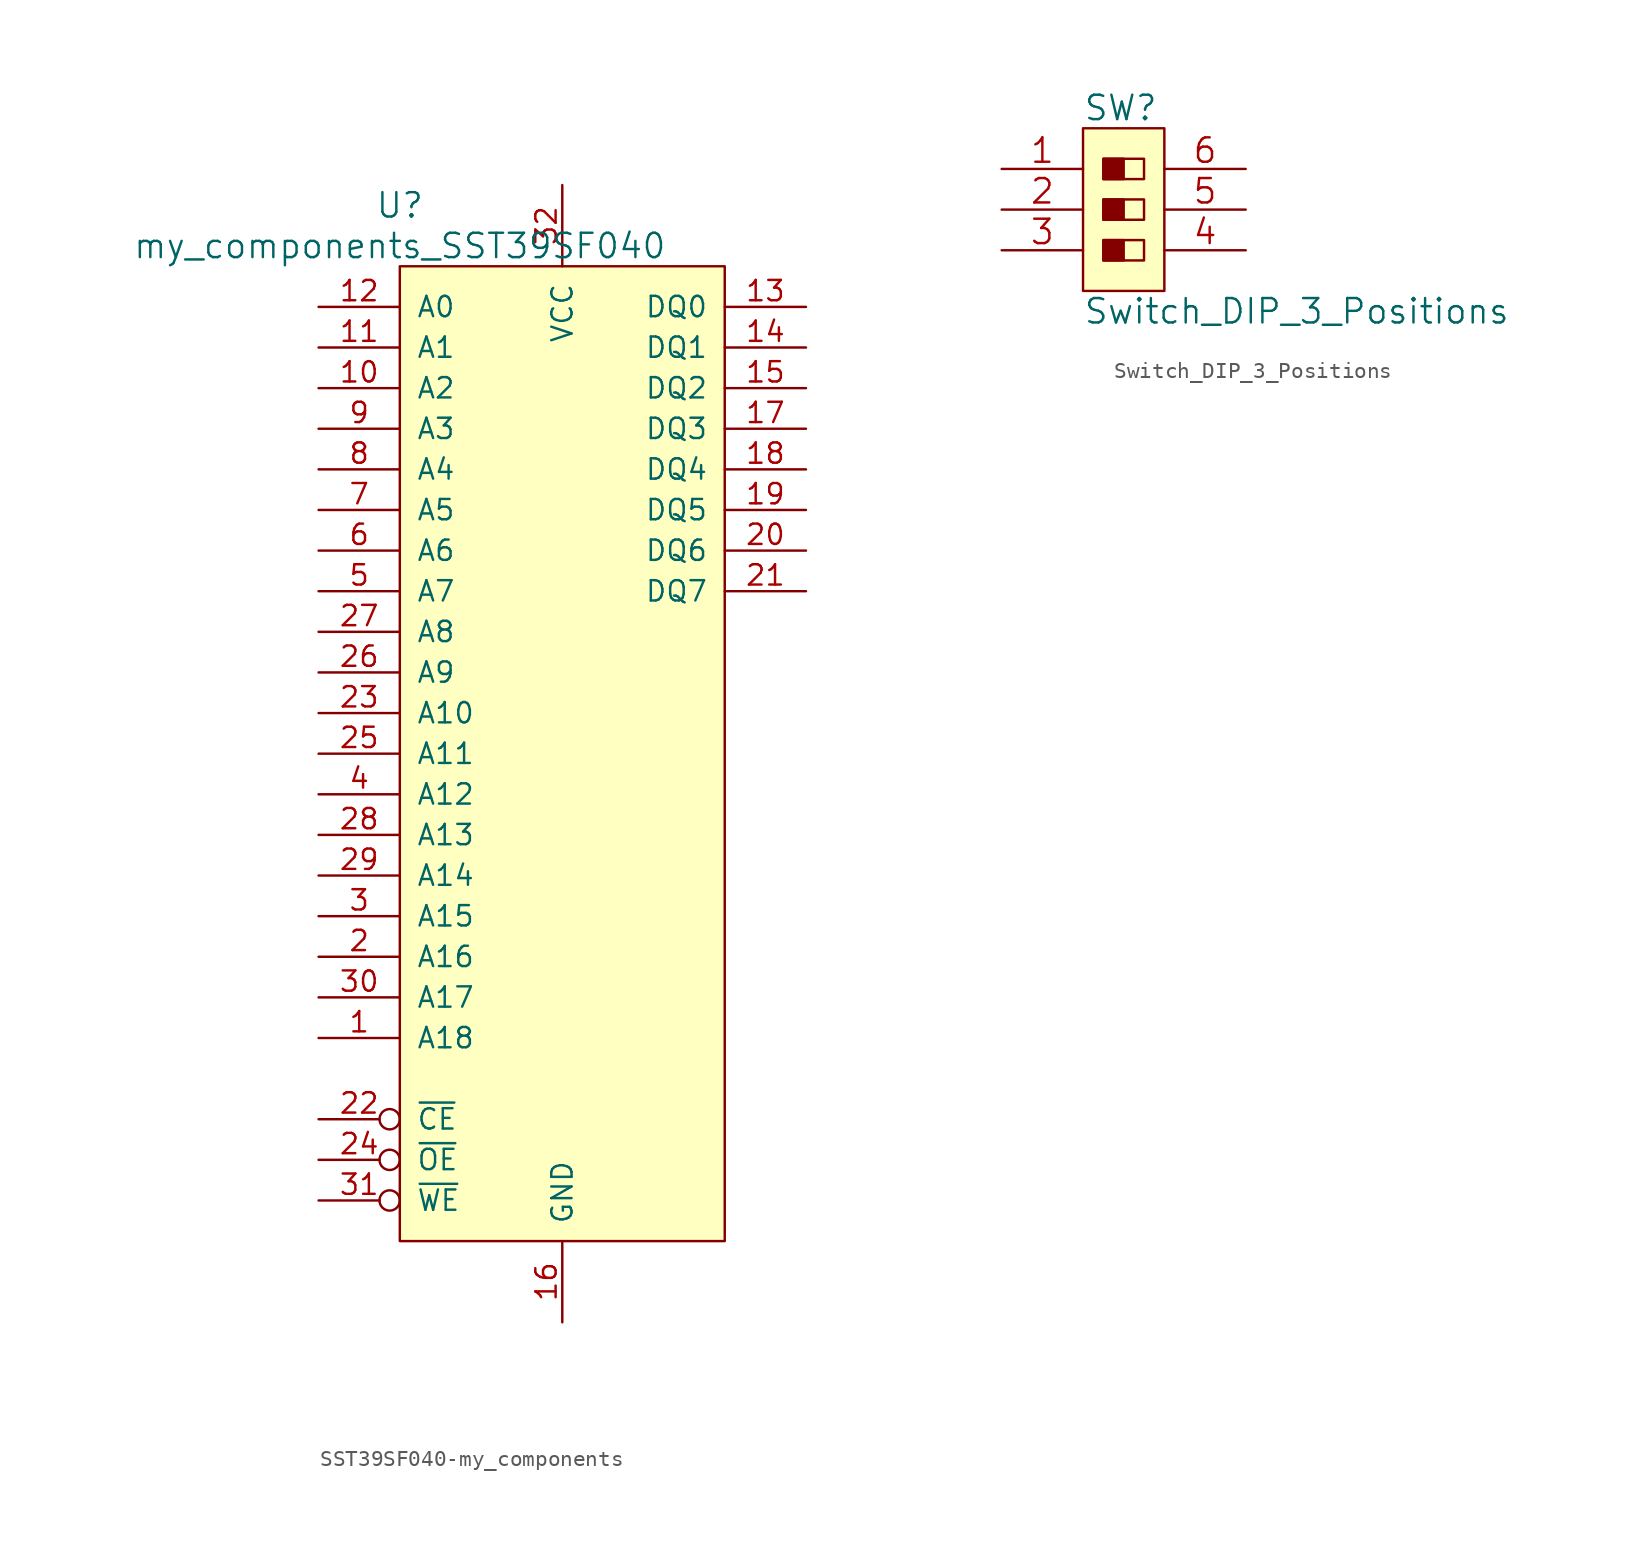
<source format=kicad_sym>
(kicad_symbol_lib
  (version 20241209)
  (generator "kicad_symbol_editor")
  (generator_version "9.0")
  (symbol "SST39SF040-my_components"
    (pin_names
      (offset 1.016))
    (property "Reference" "U"
      (at -10.16 34.29 0)
      (effects (font (size 1.524 1.524))))
    (property "Value" "my_components_SST39SF040"
      (at -10.16 31.75 0)
      (effects (font (size 1.524 1.524))))
    (property "Footprint" ""
      (at 0 0 0)
      (effects (font (size 1.524 1.524))))
    (property "Datasheet" ""
      (at 0 0 0)
      (effects (font (size 1.524 1.524))))
    (symbol "SST39SF040-my_components_0_1"
      (rectangle (start 10.16 -30.48) (end -10.16 30.48) (stroke (width 0) (type solid)) (fill (type background))))
    (symbol "SST39SF040-my_components_1_1"
      (pin input line (at -15.24 27.94 0) (length 5.08) (name "A0" (effects (font (size 1.27 1.27)))) (number "12" (effects (font (size 1.27 1.27)))))
      (pin input line (at -15.24 25.4 0) (length 5.08) (name "A1" (effects (font (size 1.27 1.27)))) (number "11" (effects (font (size 1.27 1.27)))))
      (pin input line (at -15.24 22.86 0) (length 5.08) (name "A2" (effects (font (size 1.27 1.27)))) (number "10" (effects (font (size 1.27 1.27)))))
      (pin input line (at -15.24 20.32 0) (length 5.08) (name "A3" (effects (font (size 1.27 1.27)))) (number "9" (effects (font (size 1.27 1.27)))))
      (pin input line (at -15.24 17.78 0) (length 5.08) (name "A4" (effects (font (size 1.27 1.27)))) (number "8" (effects (font (size 1.27 1.27)))))
      (pin input line (at -15.24 15.24 0) (length 5.08) (name "A5" (effects (font (size 1.27 1.27)))) (number "7" (effects (font (size 1.27 1.27)))))
      (pin input line (at -15.24 12.7 0) (length 5.08) (name "A6" (effects (font (size 1.27 1.27)))) (number "6" (effects (font (size 1.27 1.27)))))
      (pin input line (at -15.24 10.16 0) (length 5.08) (name "A7" (effects (font (size 1.27 1.27)))) (number "5" (effects (font (size 1.27 1.27)))))
      (pin input line (at -15.24 7.62 0) (length 5.08) (name "A8" (effects (font (size 1.27 1.27)))) (number "27" (effects (font (size 1.27 1.27)))))
      (pin input line (at -15.24 5.08 0) (length 5.08) (name "A9" (effects (font (size 1.27 1.27)))) (number "26" (effects (font (size 1.27 1.27)))))
      (pin input line (at -15.24 2.54 0) (length 5.08) (name "A10" (effects (font (size 1.27 1.27)))) (number "23" (effects (font (size 1.27 1.27)))))
      (pin input line (at -15.24 0 0) (length 5.08) (name "A11" (effects (font (size 1.27 1.27)))) (number "25" (effects (font (size 1.27 1.27)))))
      (pin input line (at -15.24 -2.54 0) (length 5.08) (name "A12" (effects (font (size 1.27 1.27)))) (number "4" (effects (font (size 1.27 1.27)))))
      (pin input line (at -15.24 -5.08 0) (length 5.08) (name "A13" (effects (font (size 1.27 1.27)))) (number "28" (effects (font (size 1.27 1.27)))))
      (pin input line (at -15.24 -7.62 0) (length 5.08) (name "A14" (effects (font (size 1.27 1.27)))) (number "29" (effects (font (size 1.27 1.27)))))
      (pin input line (at -15.24 -10.16 0) (length 5.08) (name "A15" (effects (font (size 1.27 1.27)))) (number "3" (effects (font (size 1.27 1.27)))))
      (pin input line (at -15.24 -12.7 0) (length 5.08) (name "A16" (effects (font (size 1.27 1.27)))) (number "2" (effects (font (size 1.27 1.27)))))
      (pin input line (at -15.24 -15.24 0) (length 5.08) (name "A17" (effects (font (size 1.27 1.27)))) (number "30" (effects (font (size 1.27 1.27)))))
      (pin input line (at -15.24 -17.78 0) (length 5.08) (name "A18" (effects (font (size 1.27 1.27)))) (number "1" (effects (font (size 1.27 1.27)))))
      (pin input inverted (at -15.24 -22.86 0) (length 5.08) (name "~{CE}" (effects (font (size 1.27 1.27)))) (number "22" (effects (font (size 1.27 1.27)))))
      (pin input inverted (at -15.24 -25.4 0) (length 5.08) (name "~{OE}" (effects (font (size 1.27 1.27)))) (number "24" (effects (font (size 1.27 1.27)))))
      (pin input inverted (at -15.24 -27.94 0) (length 5.08) (name "~{WE}" (effects (font (size 1.27 1.27)))) (number "31" (effects (font (size 1.27 1.27)))))
      (pin power_in line (at 0 35.56 270) (length 5.08) (name "VCC" (effects (font (size 1.27 1.27)))) (number "32" (effects (font (size 1.27 1.27)))))
      (pin power_in line (at 0 -35.56 90) (length 5.08) (name "GND" (effects (font (size 1.27 1.27)))) (number "16" (effects (font (size 1.27 1.27)))))
      (pin bidirectional line (at 15.24 27.94 180) (length 5.08) (name "DQ0" (effects (font (size 1.27 1.27)))) (number "13" (effects (font (size 1.27 1.27)))))
      (pin bidirectional line (at 15.24 25.4 180) (length 5.08) (name "DQ1" (effects (font (size 1.27 1.27)))) (number "14" (effects (font (size 1.27 1.27)))))
      (pin bidirectional line (at 15.24 22.86 180) (length 5.08) (name "DQ2" (effects (font (size 1.27 1.27)))) (number "15" (effects (font (size 1.27 1.27)))))
      (pin bidirectional line (at 15.24 20.32 180) (length 5.08) (name "DQ3" (effects (font (size 1.27 1.27)))) (number "17" (effects (font (size 1.27 1.27)))))
      (pin bidirectional line (at 15.24 17.78 180) (length 5.08) (name "DQ4" (effects (font (size 1.27 1.27)))) (number "18" (effects (font (size 1.27 1.27)))))
      (pin bidirectional line (at 15.24 15.24 180) (length 5.08) (name "DQ5" (effects (font (size 1.27 1.27)))) (number "19" (effects (font (size 1.27 1.27)))))
      (pin bidirectional line (at 15.24 12.7 180) (length 5.08) (name "DQ6" (effects (font (size 1.27 1.27)))) (number "20" (effects (font (size 1.27 1.27)))))
      (pin bidirectional line (at 15.24 10.16 180) (length 5.08) (name "DQ7" (effects (font (size 1.27 1.27)))) (number "21" (effects (font (size 1.27 1.27)))))))
  (symbol "Switch_DIP_3_Positions"
    (pin_names
      (offset 1.016))
    (property "Reference" "SW"
      (at -2.54 6.35 0)
      (effects (font (size 1.524 1.524)) (justify left)))
    (property "Value" "Switch_DIP_3_Positions"
      (at -2.54 -6.35 0)
      (effects (font (size 1.524 1.524)) (justify left)))
    (property "Footprint" ""
      (at 0 -5.08 0)
      (effects (font (size 1.524 1.524))))
    (property "Datasheet" ""
      (at 0 -5.08 0)
      (effects (font (size 1.524 1.524))))
    (symbol "Switch_DIP_3_Positions_0_1"
      (rectangle (start -2.54 5.08) (end 2.54 -5.08) (stroke (width 0) (type default)) (fill (type background)))
      (rectangle (start -1.27 3.175) (end 0 1.905) (stroke (width 0) (type default)) (fill (type outline)))
      (rectangle (start -1.27 3.175) (end 1.27 1.905) (stroke (width 0) (type default)) (fill (type none)))
      (rectangle (start -1.27 0.635) (end 0 -0.635) (stroke (width 0) (type default)) (fill (type outline)))
      (rectangle (start -1.27 0.635) (end 1.27 -0.635) (stroke (width 0) (type default)) (fill (type none)))
      (rectangle (start -1.27 -1.905) (end 0 -3.175) (stroke (width 0) (type default)) (fill (type outline)))
      (rectangle (start -1.27 -1.905) (end 1.27 -3.175) (stroke (width 0) (type default)) (fill (type none))))
    (symbol "Switch_DIP_3_Positions_1_1"
      (pin passive line (at -7.62 2.54 0) (length 5.08) (name "~" (effects (font (size 1.524 1.524)))) (number "1" (effects (font (size 1.524 1.524)))))
      (pin passive line (at -7.62 0 0) (length 5.08) (name "~" (effects (font (size 1.524 1.524)))) (number "2" (effects (font (size 1.524 1.524)))))
      (pin passive line (at -7.62 -2.54 0) (length 5.08) (name "~" (effects (font (size 1.524 1.524)))) (number "3" (effects (font (size 1.524 1.524)))))
      (pin passive line (at 7.62 2.54 180) (length 5.08) (name "~" (effects (font (size 1.524 1.524)))) (number "6" (effects (font (size 1.524 1.524)))))
      (pin passive line (at 7.62 0 180) (length 5.08) (name "~" (effects (font (size 1.524 1.524)))) (number "5" (effects (font (size 1.524 1.524)))))
      (pin passive line (at 7.62 -2.54 180) (length 5.08) (name "~" (effects (font (size 1.524 1.524)))) (number "4" (effects (font (size 1.524 1.524))))))))
</source>
